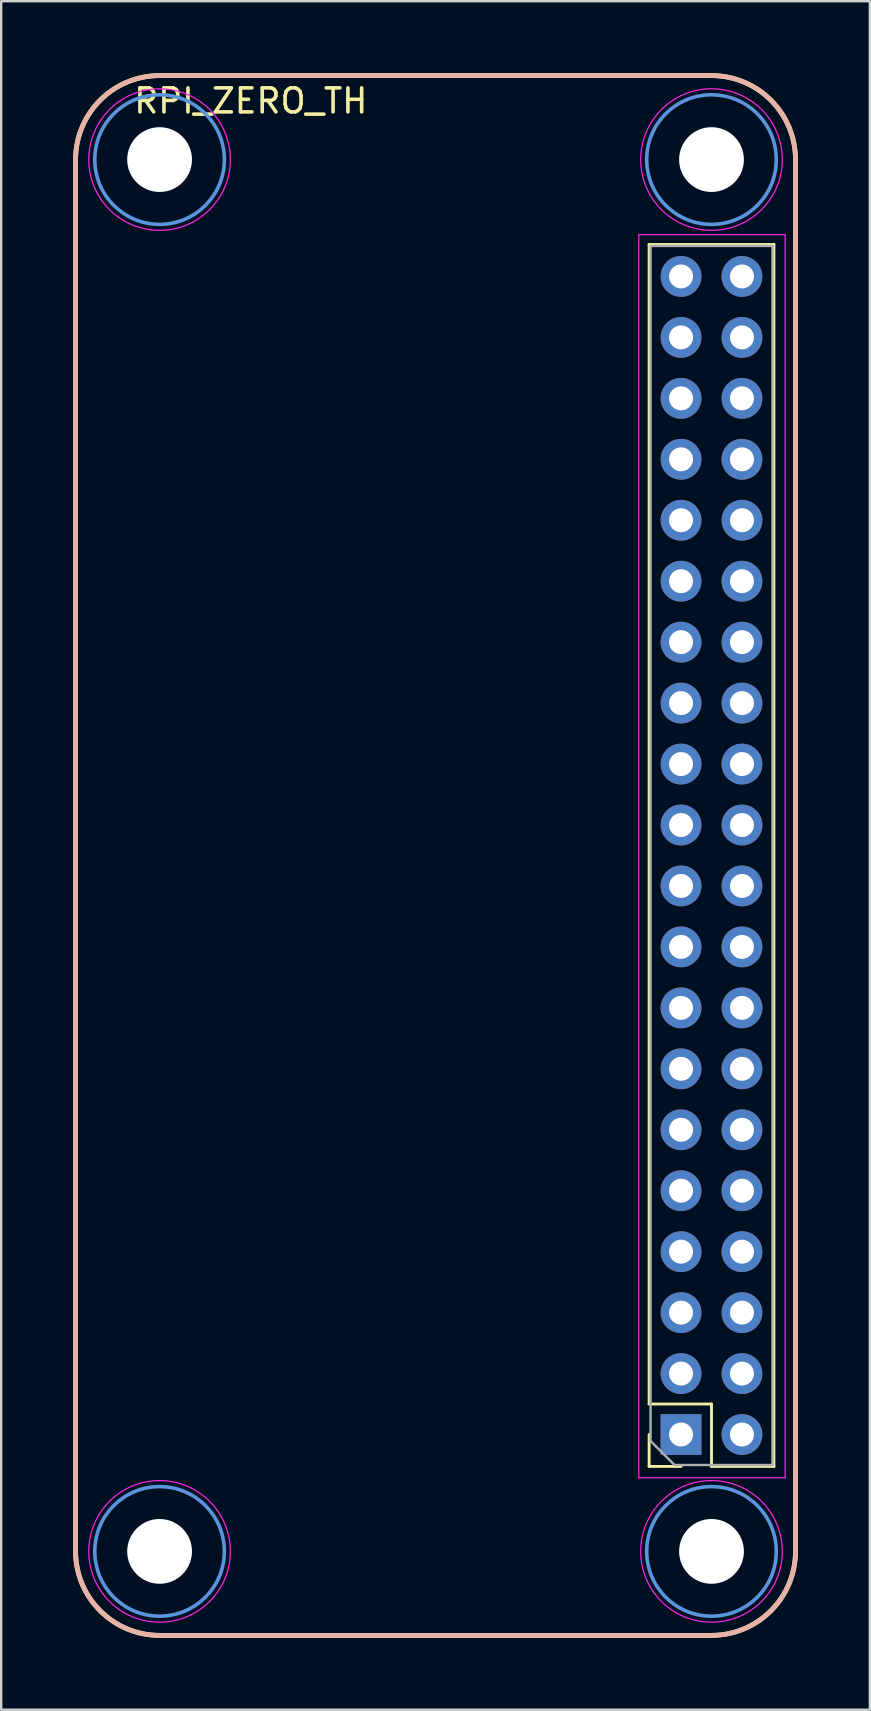
<source format=kicad_pcb>
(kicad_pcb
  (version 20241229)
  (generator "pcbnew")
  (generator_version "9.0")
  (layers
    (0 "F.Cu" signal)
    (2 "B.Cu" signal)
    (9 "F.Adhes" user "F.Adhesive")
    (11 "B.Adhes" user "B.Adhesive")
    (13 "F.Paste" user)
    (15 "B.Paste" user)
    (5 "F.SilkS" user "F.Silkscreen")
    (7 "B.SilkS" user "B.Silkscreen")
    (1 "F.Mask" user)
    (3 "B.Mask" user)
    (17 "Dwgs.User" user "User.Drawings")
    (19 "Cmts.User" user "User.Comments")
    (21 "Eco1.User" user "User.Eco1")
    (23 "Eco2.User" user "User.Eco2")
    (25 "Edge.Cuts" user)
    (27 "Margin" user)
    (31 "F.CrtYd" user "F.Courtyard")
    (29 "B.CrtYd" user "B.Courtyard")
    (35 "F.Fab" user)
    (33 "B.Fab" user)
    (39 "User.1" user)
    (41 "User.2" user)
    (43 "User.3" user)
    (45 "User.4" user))
  (footprint "RPI_ZERO_TH"
    (layer "F.Cu")
    (at 15.1 32.6)
    (property "Reference" "RPI_ZERO_TH" (at -7.699 -31.444 0) (unlocked yes) (layer "F.SilkS") (effects (font (size 1 1) (thickness 0.15))))
    (attr through_hole)
    (fp_line (start -15 29) (end -15 -29) (stroke (width 0.2) (type solid)) (layer "F.SilkS"))
    (fp_line (start -11.5 -32.5) (end 11.5 -32.5) (stroke (width 0.2) (type solid)) (layer "F.SilkS"))
    (fp_line (start 8.9 22.86) (end 8.9 -25.46) (stroke (width 0.12) (type solid)) (layer "F.SilkS"))
    (fp_line (start 8.9 25.46) (end 8.9 24.13) (stroke (width 0.12) (type solid)) (layer "F.SilkS"))
    (fp_line (start 10.23 25.46) (end 8.9 25.46) (stroke (width 0.12) (type solid)) (layer "F.SilkS"))
    (fp_line (start 11.5 22.86) (end 8.9 22.86) (stroke (width 0.12) (type solid)) (layer "F.SilkS"))
    (fp_line (start 11.5 25.46) (end 11.5 22.86) (stroke (width 0.12) (type solid)) (layer "F.SilkS"))
    (fp_line (start 11.5 32.5) (end -11.5 32.5) (stroke (width 0.2) (type solid)) (layer "F.SilkS"))
    (fp_line (start 14.1 -25.46) (end 8.9 -25.46) (stroke (width 0.12) (type solid)) (layer "F.SilkS"))
    (fp_line (start 14.1 25.46) (end 11.5 25.46) (stroke (width 0.12) (type solid)) (layer "F.SilkS"))
    (fp_line (start 14.1 25.46) (end 14.1 -25.46) (stroke (width 0.12) (type solid)) (layer "F.SilkS"))
    (fp_line (start 15 -29) (end 15 29) (stroke (width 0.2) (type solid)) (layer "F.SilkS"))
    (fp_arc (start -15 -29) (mid -13.974874 -31.474874) (end -11.5 -32.5) (stroke (width 0.2) (type solid)) (layer "F.SilkS"))
    (fp_arc (start -11.5 32.5) (mid -13.974874 31.474874) (end -15 29) (stroke (width 0.2) (type solid)) (layer "F.SilkS"))
    (fp_arc (start 11.5 -32.5) (mid 13.974874 -31.474874) (end 15 -29) (stroke (width 0.2) (type solid)) (layer "F.SilkS"))
    (fp_arc (start 15 29) (mid 13.974874 31.474874) (end 11.5 32.5) (stroke (width 0.2) (type solid)) (layer "F.SilkS"))
    (fp_line (start -15 29) (end -15 -29) (stroke (width 0.2) (type solid)) (layer "B.SilkS"))
    (fp_line (start -11.5 -32.5) (end 11.5 -32.5) (stroke (width 0.2) (type solid)) (layer "B.SilkS"))
    (fp_line (start 11.5 32.5) (end -11.5 32.5) (stroke (width 0.2) (type solid)) (layer "B.SilkS"))
    (fp_line (start 15 -29) (end 15 29) (stroke (width 0.2) (type solid)) (layer "B.SilkS"))
    (fp_arc (start -15 -29) (mid -13.974874 -31.474874) (end -11.5 -32.5) (stroke (width 0.2) (type solid)) (layer "B.SilkS"))
    (fp_arc (start -11.5 32.5) (mid -13.974874 31.474874) (end -15 29) (stroke (width 0.2) (type solid)) (layer "B.SilkS"))
    (fp_arc (start 11.5 -32.5) (mid 13.974874 -31.474874) (end 15 -29) (stroke (width 0.2) (type solid)) (layer "B.SilkS"))
    (fp_arc (start 15 29) (mid 13.974874 31.474874) (end 11.5 32.5) (stroke (width 0.2) (type solid)) (layer "B.SilkS"))
    (fp_circle (center -11.5 -29) (end -11.5 -26.3) (stroke (width 0.15) (type solid)) (fill no) (layer "Cmts.User"))
    (fp_circle (center -11.5 29) (end -11.5 31.7) (stroke (width 0.15) (type solid)) (fill no) (layer "Cmts.User"))
    (fp_circle (center 11.5 -29) (end 11.5 -26.3) (stroke (width 0.15) (type solid)) (fill no) (layer "Cmts.User"))
    (fp_circle (center 11.5 29) (end 11.5 31.7) (stroke (width 0.15) (type solid)) (fill no) (layer "Cmts.User"))
    (fp_line (start 8.47 -25.87) (end 14.57 -25.87) (stroke (width 0.05) (type solid)) (layer "F.CrtYd"))
    (fp_line (start 8.47 25.93) (end 8.47 -25.87) (stroke (width 0.05) (type solid)) (layer "F.CrtYd"))
    (fp_line (start 14.57 -25.87) (end 14.57 25.93) (stroke (width 0.05) (type solid)) (layer "F.CrtYd"))
    (fp_line (start 14.57 25.93) (end 8.47 25.93) (stroke (width 0.05) (type solid)) (layer "F.CrtYd"))
    (fp_circle (center -11.5 -29) (end -11.5 -26.05) (stroke (width 0.05) (type solid)) (fill no) (layer "F.CrtYd"))
    (fp_circle (center -11.5 29) (end -11.5 31.95) (stroke (width 0.05) (type solid)) (fill no) (layer "F.CrtYd"))
    (fp_circle (center 11.5 -29) (end 11.5 -26.05) (stroke (width 0.05) (type solid)) (fill no) (layer "F.CrtYd"))
    (fp_circle (center 11.5 29) (end 11.5 31.95) (stroke (width 0.05) (type solid)) (fill no) (layer "F.CrtYd"))
    (fp_line (start 8.96 -25.4) (end 14.04 -25.4) (stroke (width 0.1) (type solid)) (layer "F.Fab"))
    (fp_line (start 8.96 24.4) (end 8.96 -25.4) (stroke (width 0.1) (type solid)) (layer "F.Fab"))
    (fp_line (start 9.96 25.4) (end 8.96 24.4) (stroke (width 0.1) (type solid)) (layer "F.Fab"))
    (fp_line (start 14.04 -25.4) (end 14.04 25.4) (stroke (width 0.1) (type solid)) (layer "F.Fab"))
    (fp_line (start 14.04 25.4) (end 9.96 25.4) (stroke (width 0.1) (type solid)) (layer "F.Fab"))
    (pad "" np_thru_hole circle (at -11.5 -29 270) (size 2.7 2.7) (drill 2.7) (layers "*.Cu" "*.Mask"))
    (pad "" np_thru_hole circle (at -11.5 29 270) (size 2.7 2.7) (drill 2.7) (layers "*.Cu" "*.Mask"))
    (pad "" np_thru_hole circle (at 11.5 -29 270) (size 2.7 2.7) (drill 2.7) (layers "*.Cu" "*.Mask"))
    (pad "" np_thru_hole circle (at 11.5 29 270) (size 2.7 2.7) (drill 2.7) (layers "*.Cu" "*.Mask"))
    (pad "1" thru_hole rect (at 10.23 24.13 180) (size 1.7 1.7) (drill 1) (layers "*.Cu" "*.Mask"))
    (pad "2" thru_hole oval (at 12.77 24.13 180) (size 1.7 1.7) (drill 1) (layers "*.Cu" "*.Mask"))
    (pad "3" thru_hole oval (at 10.23 21.59 180) (size 1.7 1.7) (drill 1) (layers "*.Cu" "*.Mask"))
    (pad "4" thru_hole oval (at 12.77 21.59 180) (size 1.7 1.7) (drill 1) (layers "*.Cu" "*.Mask"))
    (pad "5" thru_hole oval (at 10.23 19.05 180) (size 1.7 1.7) (drill 1) (layers "*.Cu" "*.Mask"))
    (pad "6" thru_hole oval (at 12.77 19.05 180) (size 1.7 1.7) (drill 1) (layers "*.Cu" "*.Mask"))
    (pad "7" thru_hole oval (at 10.23 16.51 180) (size 1.7 1.7) (drill 1) (layers "*.Cu" "*.Mask"))
    (pad "8" thru_hole oval (at 12.77 16.51 180) (size 1.7 1.7) (drill 1) (layers "*.Cu" "*.Mask"))
    (pad "9" thru_hole oval (at 10.23 13.97 180) (size 1.7 1.7) (drill 1) (layers "*.Cu" "*.Mask"))
    (pad "10" thru_hole oval (at 12.77 13.97 180) (size 1.7 1.7) (drill 1) (layers "*.Cu" "*.Mask"))
    (pad "11" thru_hole oval (at 10.23 11.43 180) (size 1.7 1.7) (drill 1) (layers "*.Cu" "*.Mask"))
    (pad "12" thru_hole oval (at 12.77 11.43 180) (size 1.7 1.7) (drill 1) (layers "*.Cu" "*.Mask"))
    (pad "13" thru_hole oval (at 10.23 8.89 180) (size 1.7 1.7) (drill 1) (layers "*.Cu" "*.Mask"))
    (pad "14" thru_hole oval (at 12.77 8.89 180) (size 1.7 1.7) (drill 1) (layers "*.Cu" "*.Mask"))
    (pad "15" thru_hole oval (at 10.23 6.35 180) (size 1.7 1.7) (drill 1) (layers "*.Cu" "*.Mask"))
    (pad "16" thru_hole oval (at 12.77 6.35 180) (size 1.7 1.7) (drill 1) (layers "*.Cu" "*.Mask"))
    (pad "17" thru_hole oval (at 10.23 3.81 180) (size 1.7 1.7) (drill 1) (layers "*.Cu" "*.Mask"))
    (pad "18" thru_hole oval (at 12.77 3.81 180) (size 1.7 1.7) (drill 1) (layers "*.Cu" "*.Mask"))
    (pad "19" thru_hole oval (at 10.23 1.27 180) (size 1.7 1.7) (drill 1) (layers "*.Cu" "*.Mask"))
    (pad "20" thru_hole oval (at 12.77 1.27 180) (size 1.7 1.7) (drill 1) (layers "*.Cu" "*.Mask"))
    (pad "21" thru_hole oval (at 10.23 -1.27 180) (size 1.7 1.7) (drill 1) (layers "*.Cu" "*.Mask"))
    (pad "22" thru_hole oval (at 12.77 -1.27 180) (size 1.7 1.7) (drill 1) (layers "*.Cu" "*.Mask"))
    (pad "23" thru_hole oval (at 10.23 -3.81 180) (size 1.7 1.7) (drill 1) (layers "*.Cu" "*.Mask"))
    (pad "24" thru_hole oval (at 12.77 -3.81 180) (size 1.7 1.7) (drill 1) (layers "*.Cu" "*.Mask"))
    (pad "25" thru_hole oval (at 10.23 -6.35 180) (size 1.7 1.7) (drill 1) (layers "*.Cu" "*.Mask"))
    (pad "26" thru_hole oval (at 12.77 -6.35 180) (size 1.7 1.7) (drill 1) (layers "*.Cu" "*.Mask"))
    (pad "27" thru_hole oval (at 10.23 -8.89 180) (size 1.7 1.7) (drill 1) (layers "*.Cu" "*.Mask"))
    (pad "28" thru_hole oval (at 12.77 -8.89 180) (size 1.7 1.7) (drill 1) (layers "*.Cu" "*.Mask"))
    (pad "29" thru_hole oval (at 10.23 -11.43 180) (size 1.7 1.7) (drill 1) (layers "*.Cu" "*.Mask"))
    (pad "30" thru_hole oval (at 12.77 -11.43 180) (size 1.7 1.7) (drill 1) (layers "*.Cu" "*.Mask"))
    (pad "31" thru_hole oval (at 10.23 -13.97 180) (size 1.7 1.7) (drill 1) (layers "*.Cu" "*.Mask"))
    (pad "32" thru_hole oval (at 12.77 -13.97 180) (size 1.7 1.7) (drill 1) (layers "*.Cu" "*.Mask"))
    (pad "33" thru_hole oval (at 10.23 -16.51 180) (size 1.7 1.7) (drill 1) (layers "*.Cu" "*.Mask"))
    (pad "34" thru_hole oval (at 12.77 -16.51 180) (size 1.7 1.7) (drill 1) (layers "*.Cu" "*.Mask"))
    (pad "35" thru_hole oval (at 10.23 -19.05 180) (size 1.7 1.7) (drill 1) (layers "*.Cu" "*.Mask"))
    (pad "36" thru_hole oval (at 12.77 -19.05 180) (size 1.7 1.7) (drill 1) (layers "*.Cu" "*.Mask"))
    (pad "37" thru_hole oval (at 10.23 -21.59 180) (size 1.7 1.7) (drill 1) (layers "*.Cu" "*.Mask"))
    (pad "38" thru_hole oval (at 12.77 -21.59 180) (size 1.7 1.7) (drill 1) (layers "*.Cu" "*.Mask"))
    (pad "39" thru_hole oval (at 10.23 -24.13 180) (size 1.7 1.7) (drill 1) (layers "*.Cu" "*.Mask"))
    (pad "40" thru_hole oval (at 12.77 -24.13 180) (size 1.7 1.7) (drill 1) (layers "*.Cu" "*.Mask")))
  (gr_rect
    (start -3 -3)
    (end 33.2 68.2)
    (stroke (width 0.1) (type default))
    (fill no)
    (layer "Edge.Cuts")))
</source>
